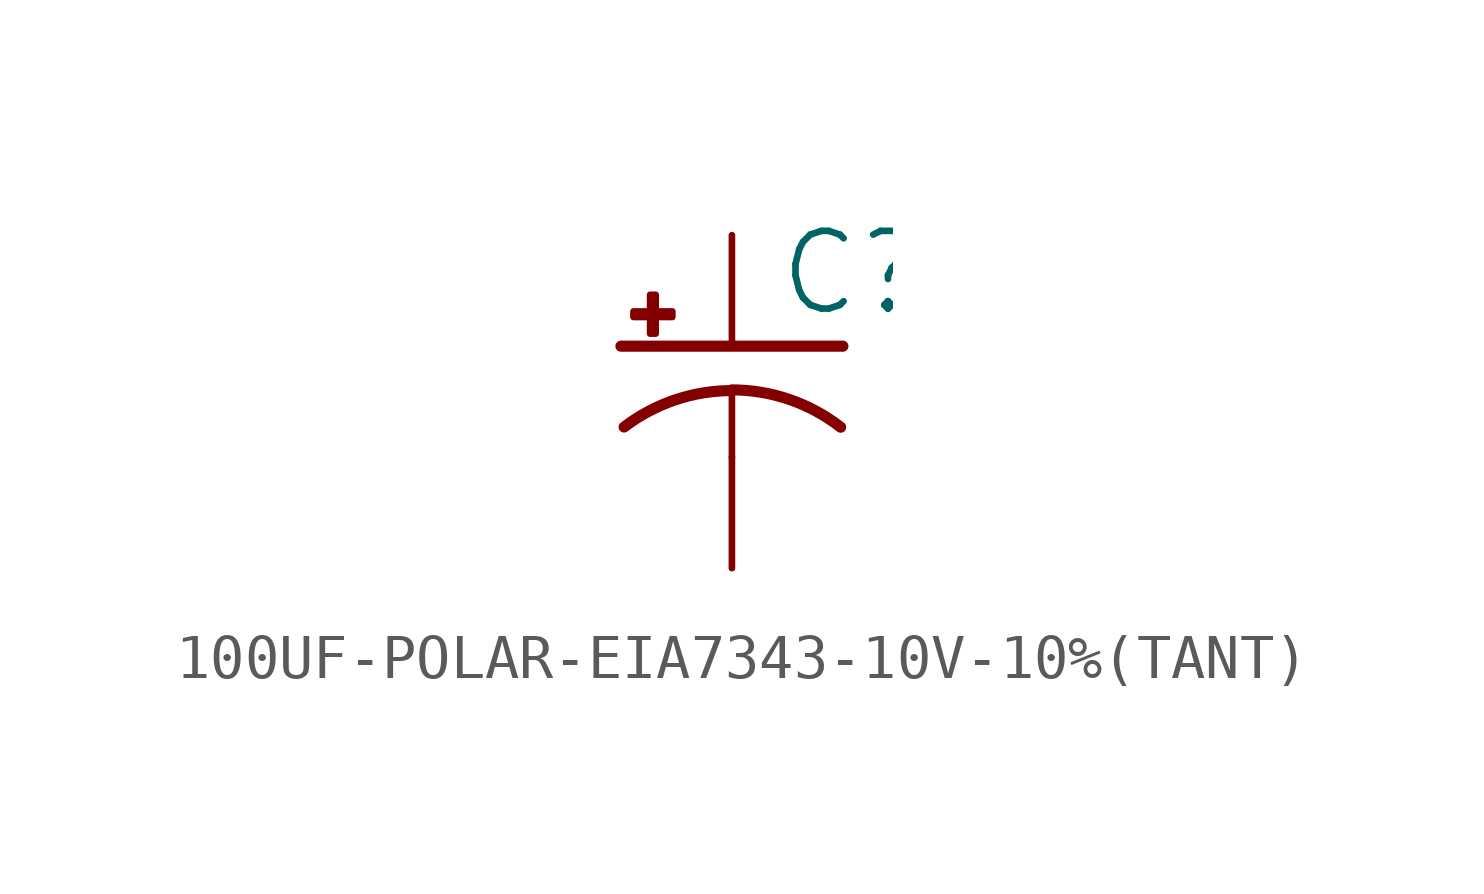
<source format=kicad_sym>
(kicad_symbol_lib
  (version 20220914)
  (generator kicad_symbol_editor)
  (symbol "100UF-POLAR-EIA7343-10V-10%(TANT)"
    (property "Reference" "C"
      (at 1.016 0.635 0)
      (effects (font (size 1.778 1.778)) (justify left bottom)))
    (property "Value" ""
      (at 1.016 -4.191 0)
      (effects (font (size 1.778 1.778)) (justify left bottom)))
    (property "ki_locked" ""
      (at 0 0 0)
      (effects (font (size 1.27 1.27))))
    (symbol "100UF-POLAR-EIA7343-10V-10%(TANT)_1_0"
      (rectangle (start -2.253 0.668) (end -1.364 0.795) (stroke (width 0) (type default)) (fill (type outline)))
      (rectangle (start -1.872 0.287) (end -1.745 1.176) (stroke (width 0) (type default)) (fill (type outline)))
      (arc (start 0 -1.0161) (mid -1.3021 -1.2303) (end -2.4669 -1.8504) (stroke (width 0.254) (type solid)) (fill (type none)))
      (polyline (pts (xy -2.54 0) (xy 2.54 0)) (stroke (width 0.254) (type solid)) (fill (type none)))
      (polyline (pts (xy 0 -1.016) (xy 0 -2.54)) (stroke (width 0.152) (type solid)) (fill (type none)))
      (arc (start 2.4892 -1.8541) (mid 1.3158 -1.2194) (end 0 -1) (stroke (width 0.254) (type solid)) (fill (type none)))
      (pin passive line (at 0 2.54 270) (length 2.54) (name "+" (effects (font (size 0 0)))) (number "A" (effects (font (size 0 0)))))
      (pin passive line (at 0 -5.08 90) (length 2.54) (name "-" (effects (font (size 0 0)))) (number "C" (effects (font (size 0 0))))))))
</source>
